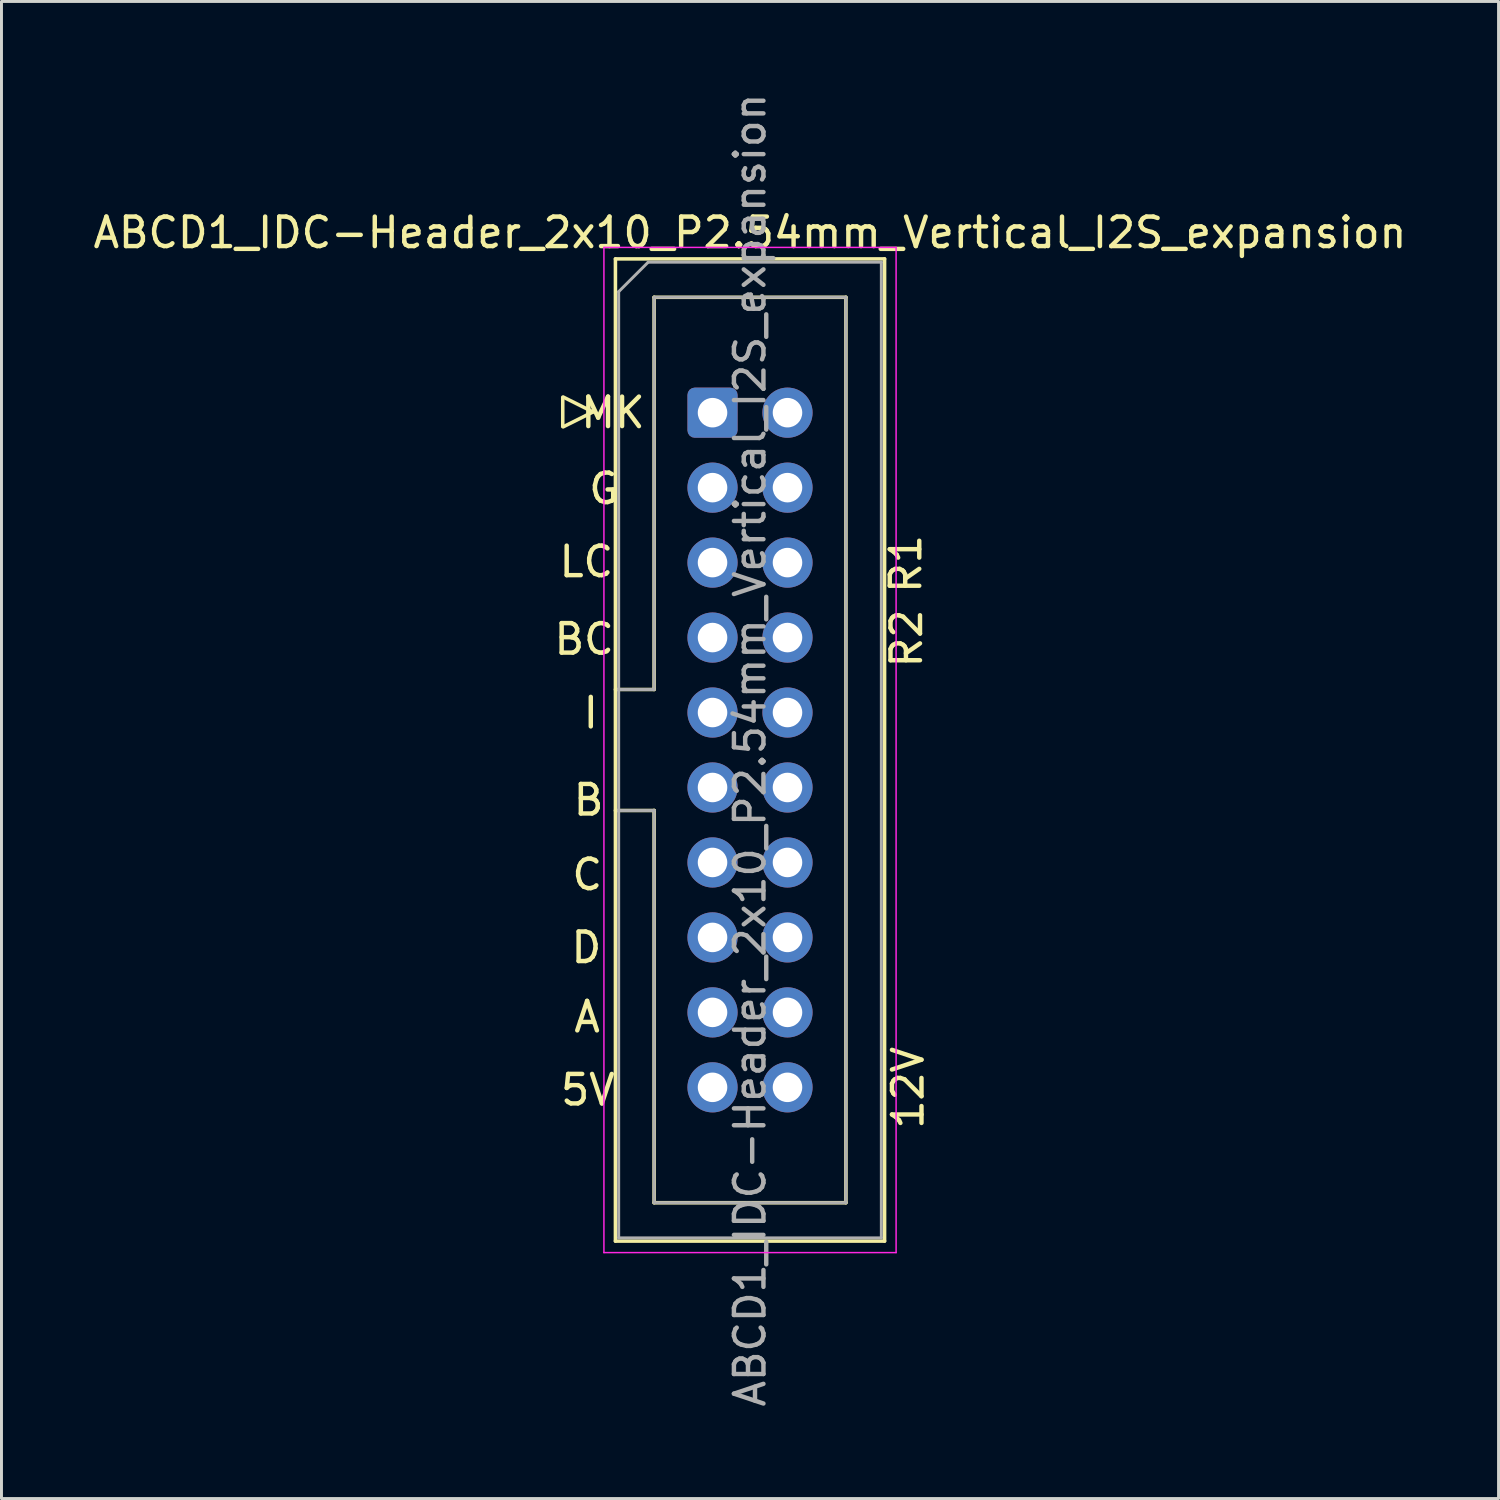
<source format=kicad_pcb>
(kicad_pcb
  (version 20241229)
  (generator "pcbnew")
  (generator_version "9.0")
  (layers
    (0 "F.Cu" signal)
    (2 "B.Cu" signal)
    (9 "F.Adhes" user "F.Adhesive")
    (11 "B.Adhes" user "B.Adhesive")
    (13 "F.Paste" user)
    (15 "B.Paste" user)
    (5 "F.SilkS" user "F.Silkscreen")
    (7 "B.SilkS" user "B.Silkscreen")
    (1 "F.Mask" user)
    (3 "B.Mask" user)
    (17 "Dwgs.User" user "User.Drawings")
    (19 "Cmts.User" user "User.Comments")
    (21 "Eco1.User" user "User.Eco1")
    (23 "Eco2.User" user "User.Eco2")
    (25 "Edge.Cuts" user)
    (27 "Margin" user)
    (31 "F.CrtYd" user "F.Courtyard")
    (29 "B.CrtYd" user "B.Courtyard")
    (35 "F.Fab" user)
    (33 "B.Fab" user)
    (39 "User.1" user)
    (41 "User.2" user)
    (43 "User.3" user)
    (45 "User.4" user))
  (footprint "ABCD1_IDC-Header_2x10_P2.54mm_Vertical_I2S_expansion"
    (layer "F.Cu")
    (at 21.093 10.933)
    (property "Reference" "ABCD1_IDC-Header_2x10_P2.54mm_Vertical_I2S_expansion" (at 1.27 -6.1 0) (layer "F.SilkS") (effects (font (size 1 1) (thickness 0.15))))
    (attr through_hole exclude_from_bom)
    (fp_line (start -5.075 -0.525) (end -5.075 0.475) (stroke (width 0.12) (type solid)) (layer "F.SilkS"))
    (fp_line (start -5.05 0.475) (end -4.05 -0.025) (stroke (width 0.12) (type solid)) (layer "F.SilkS"))
    (fp_line (start -4.05 -0.025) (end -5.05 -0.525) (stroke (width 0.12) (type solid)) (layer "F.SilkS"))
    (fp_line (start -3.29 -5.21) (end 5.83 -5.21) (stroke (width 0.12) (type solid)) (layer "F.SilkS"))
    (fp_line (start -3.29 9.38) (end -1.98 9.38) (stroke (width 0.12) (type solid)) (layer "F.SilkS"))
    (fp_line (start -3.29 28.07) (end -3.29 -5.21) (stroke (width 0.12) (type solid)) (layer "F.SilkS"))
    (fp_line (start -1.98 -3.91) (end 4.52 -3.91) (stroke (width 0.12) (type solid)) (layer "F.SilkS"))
    (fp_line (start -1.98 9.38) (end -1.98 -3.91) (stroke (width 0.12) (type solid)) (layer "F.SilkS"))
    (fp_line (start -1.98 13.48) (end -3.29 13.48) (stroke (width 0.12) (type solid)) (layer "F.SilkS"))
    (fp_line (start -1.98 13.48) (end -1.98 13.48) (stroke (width 0.12) (type solid)) (layer "F.SilkS"))
    (fp_line (start -1.98 26.77) (end -1.98 13.48) (stroke (width 0.12) (type solid)) (layer "F.SilkS"))
    (fp_line (start 4.52 -3.91) (end 4.52 26.77) (stroke (width 0.12) (type solid)) (layer "F.SilkS"))
    (fp_line (start 4.52 26.77) (end -1.98 26.77) (stroke (width 0.12) (type solid)) (layer "F.SilkS"))
    (fp_line (start 5.83 -5.21) (end 5.83 28.07) (stroke (width 0.12) (type solid)) (layer "F.SilkS"))
    (fp_line (start 5.83 28.07) (end -3.29 28.07) (stroke (width 0.12) (type solid)) (layer "F.SilkS"))
    (fp_line (start -3.68 -5.6) (end -3.68 28.46) (stroke (width 0.05) (type solid)) (layer "F.CrtYd"))
    (fp_line (start -3.68 28.46) (end 6.22 28.46) (stroke (width 0.05) (type solid)) (layer "F.CrtYd"))
    (fp_line (start 6.22 -5.6) (end -3.68 -5.6) (stroke (width 0.05) (type solid)) (layer "F.CrtYd"))
    (fp_line (start 6.22 28.46) (end 6.22 -5.6) (stroke (width 0.05) (type solid)) (layer "F.CrtYd"))
    (fp_line (start -3.18 -4.1) (end -2.18 -5.1) (stroke (width 0.1) (type solid)) (layer "F.Fab"))
    (fp_line (start -3.18 9.38) (end -1.98 9.38) (stroke (width 0.1) (type solid)) (layer "F.Fab"))
    (fp_line (start -3.18 27.96) (end -3.18 -4.1) (stroke (width 0.1) (type solid)) (layer "F.Fab"))
    (fp_line (start -2.18 -5.1) (end 5.72 -5.1) (stroke (width 0.1) (type solid)) (layer "F.Fab"))
    (fp_line (start -1.98 -3.91) (end 4.52 -3.91) (stroke (width 0.1) (type solid)) (layer "F.Fab"))
    (fp_line (start -1.98 9.38) (end -1.98 -3.91) (stroke (width 0.1) (type solid)) (layer "F.Fab"))
    (fp_line (start -1.98 13.48) (end -3.18 13.48) (stroke (width 0.1) (type solid)) (layer "F.Fab"))
    (fp_line (start -1.98 13.48) (end -1.98 13.48) (stroke (width 0.1) (type solid)) (layer "F.Fab"))
    (fp_line (start -1.98 26.77) (end -1.98 13.48) (stroke (width 0.1) (type solid)) (layer "F.Fab"))
    (fp_line (start 4.52 -3.91) (end 4.52 26.77) (stroke (width 0.1) (type solid)) (layer "F.Fab"))
    (fp_line (start 4.52 26.77) (end -1.98 26.77) (stroke (width 0.1) (type solid)) (layer "F.Fab"))
    (fp_line (start 5.72 -5.1) (end 5.72 27.96) (stroke (width 0.1) (type solid)) (layer "F.Fab"))
    (fp_line (start 5.72 27.96) (end -3.18 27.96) (stroke (width 0.1) (type solid)) (layer "F.Fab"))
    (fp_text user "C" (at -4.245 15.655 0) (unlocked yes) (layer "F.SilkS") (effects (font (size 1 1) (thickness 0.15))))
    (fp_text user "12V" (at 6.625 22.875 90) (unlocked yes) (layer "F.SilkS") (effects (font (size 1 1) (thickness 0.15))))
    (fp_text user "D" (at -4.275 18.125 0) (unlocked yes) (layer "F.SilkS") (effects (font (size 1 1) (thickness 0.15))))
    (fp_text user "B" (at -4.2 13.125 0) (unlocked yes) (layer "F.SilkS") (effects (font (size 1 1) (thickness 0.15))))
    (fp_text user "A" (at -4.25 20.475 0) (unlocked yes) (layer "F.SilkS") (effects (font (size 1 1) (thickness 0.15))))
    (fp_text user "MK" (at -3.375 0 0) (unlocked yes) (layer "F.SilkS") (effects (font (size 1 1) (thickness 0.15))))
    (fp_text user "R2" (at 6.575 7.65 90) (unlocked yes) (layer "F.SilkS") (effects (font (size 1 1) (thickness 0.15))))
    (fp_text user "LC" (at -4.275 5.05 0) (unlocked yes) (layer "F.SilkS") (effects (font (size 1 1) (thickness 0.15))))
    (fp_text user "I" (at -4.125 10.175 0) (unlocked yes) (layer "F.SilkS") (effects (font (size 1 1) (thickness 0.15))))
    (fp_text user "G" (at -3.675 2.575 0) (unlocked yes) (layer "F.SilkS") (effects (font (size 1 1) (thickness 0.15))))
    (fp_text user "5V" (at -4.225 22.95 0) (unlocked yes) (layer "F.SilkS") (effects (font (size 1 1) (thickness 0.15))))
    (fp_text user "R1" (at 6.55 5.125 90) (unlocked yes) (layer "F.SilkS") (effects (font (size 1 1) (thickness 0.15))))
    (fp_text user "BC" (at -4.35 7.675 0) (unlocked yes) (layer "F.SilkS") (effects (font (size 1 1) (thickness 0.15))))
    (fp_text user "${REFERENCE}" (at 1.27 11.43 90) (layer "F.Fab") (effects (font (size 1 1) (thickness 0.15))))
    (pad "1" thru_hole roundrect (at 0 0) (size 1.7 1.7) (drill 1) (layers "*.Cu" "*.Mask") (roundrect_rratio 0.147))
    (pad "2" thru_hole circle (at 2.54 0) (size 1.7 1.7) (drill 1) (layers "*.Cu" "*.Mask"))
    (pad "3" thru_hole circle (at 0 2.54) (size 1.7 1.7) (drill 1) (layers "*.Cu" "*.Mask"))
    (pad "4" thru_hole circle (at 2.54 2.54) (size 1.7 1.7) (drill 1) (layers "*.Cu" "*.Mask"))
    (pad "5" thru_hole circle (at 0 5.08) (size 1.7 1.7) (drill 1) (layers "*.Cu" "*.Mask"))
    (pad "6" thru_hole circle (at 2.54 5.08) (size 1.7 1.7) (drill 1) (layers "*.Cu" "*.Mask"))
    (pad "7" thru_hole circle (at 0 7.62) (size 1.7 1.7) (drill 1) (layers "*.Cu" "*.Mask"))
    (pad "8" thru_hole circle (at 2.54 7.62) (size 1.7 1.7) (drill 1) (layers "*.Cu" "*.Mask"))
    (pad "9" thru_hole circle (at 0 10.16) (size 1.7 1.7) (drill 1) (layers "*.Cu" "*.Mask"))
    (pad "10" thru_hole circle (at 2.54 10.16) (size 1.7 1.7) (drill 1) (layers "*.Cu" "*.Mask"))
    (pad "11" thru_hole circle (at 0 12.7) (size 1.7 1.7) (drill 1) (layers "*.Cu" "*.Mask"))
    (pad "12" thru_hole circle (at 2.54 12.7) (size 1.7 1.7) (drill 1) (layers "*.Cu" "*.Mask"))
    (pad "13" thru_hole circle (at 0 15.24) (size 1.7 1.7) (drill 1) (layers "*.Cu" "*.Mask"))
    (pad "14" thru_hole circle (at 2.54 15.24) (size 1.7 1.7) (drill 1) (layers "*.Cu" "*.Mask"))
    (pad "15" thru_hole circle (at 0 17.78) (size 1.7 1.7) (drill 1) (layers "*.Cu" "*.Mask"))
    (pad "16" thru_hole circle (at 2.54 17.78) (size 1.7 1.7) (drill 1) (layers "*.Cu" "*.Mask"))
    (pad "17" thru_hole circle (at 0 20.32) (size 1.7 1.7) (drill 1) (layers "*.Cu" "*.Mask"))
    (pad "18" thru_hole circle (at 2.54 20.32) (size 1.7 1.7) (drill 1) (layers "*.Cu" "*.Mask"))
    (pad "19" thru_hole circle (at 0 22.86) (size 1.7 1.7) (drill 1) (layers "*.Cu" "*.Mask"))
    (pad "20" thru_hole circle (at 2.54 22.86) (size 1.7 1.7) (drill 1) (layers "*.Cu" "*.Mask")))
  (gr_rect
    (start -3 -3)
    (end 47.726 47.726)
    (stroke (width 0.1) (type default))
    (fill no)
    (layer "Edge.Cuts")))
</source>
